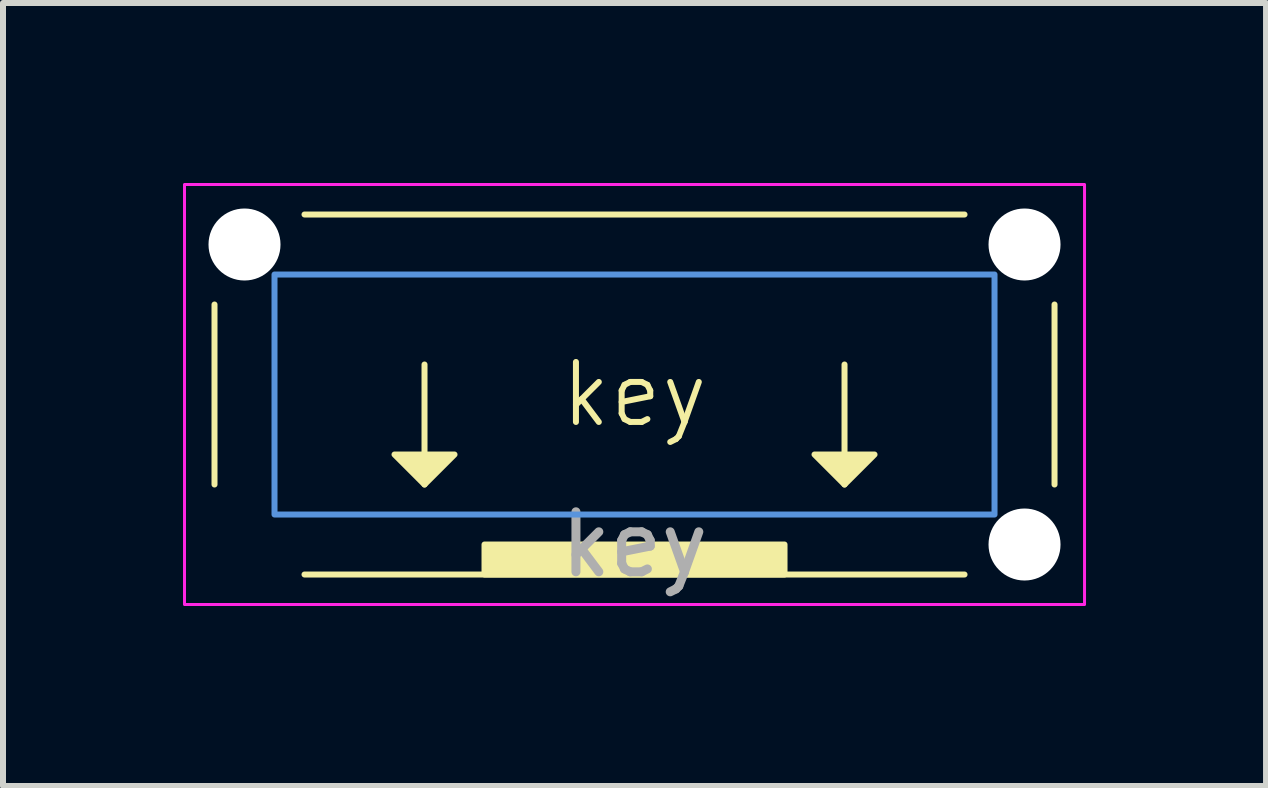
<source format=kicad_pcb>
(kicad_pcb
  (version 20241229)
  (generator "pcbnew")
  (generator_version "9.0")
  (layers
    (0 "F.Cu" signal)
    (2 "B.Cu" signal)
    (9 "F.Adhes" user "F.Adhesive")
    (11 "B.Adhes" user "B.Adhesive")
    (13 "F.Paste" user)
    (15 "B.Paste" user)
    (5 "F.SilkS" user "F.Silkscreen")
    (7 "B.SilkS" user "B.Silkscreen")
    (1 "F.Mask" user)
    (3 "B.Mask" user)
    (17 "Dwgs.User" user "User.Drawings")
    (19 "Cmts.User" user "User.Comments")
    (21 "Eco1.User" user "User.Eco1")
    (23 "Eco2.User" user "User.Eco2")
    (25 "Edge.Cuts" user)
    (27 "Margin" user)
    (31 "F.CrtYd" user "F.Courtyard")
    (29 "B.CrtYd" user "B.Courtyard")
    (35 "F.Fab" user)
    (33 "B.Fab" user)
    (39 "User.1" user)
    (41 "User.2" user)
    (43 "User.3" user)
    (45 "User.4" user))
  (footprint "key"
    (layer "F.Cu")
    (at 7.525 1.525)
    (property "Reference" "key" (at 0 2 0) (unlocked yes) (layer "F.SilkS") (effects (font (size 1 1) (thickness 0.1))))
    (attr smd)
    (fp_line (start -7 3.5) (end -7 0.5) (stroke (width 0.1) (type default)) (layer "F.SilkS"))
    (fp_line (start -5.5 -1) (end 5.5 -1) (stroke (width 0.1) (type default)) (layer "F.SilkS"))
    (fp_line (start -3.5 1.5) (end -3.5 3.5) (stroke (width 0.1) (type default)) (layer "F.SilkS"))
    (fp_line (start 3.5 1.5) (end 3.5 3.5) (stroke (width 0.1) (type default)) (layer "F.SilkS"))
    (fp_line (start 5.5 5) (end -5.5 5) (stroke (width 0.1) (type default)) (layer "F.SilkS"))
    (fp_line (start 7 0.5) (end 7 3.5) (stroke (width 0.1) (type default)) (layer "F.SilkS"))
    (fp_rect (start -2.5 4.5) (end 2.5 5) (stroke (width 0.1) (type solid)) (fill yes) (layer "F.SilkS"))
    (fp_poly (pts (xy -4 3) (xy -3 3) (xy -3.5 3.5)) (stroke (width 0.1) (type solid)) (fill yes) (layer "F.SilkS"))
    (fp_poly (pts (xy 3 3) (xy 4 3) (xy 3.5 3.5)) (stroke (width 0.1) (type solid)) (fill yes) (layer "F.SilkS"))
    (fp_rect (start -6 0) (end 6 4) (stroke (width 0.1) (type solid)) (fill no) (layer "Cmts.User"))
    (fp_rect (start -7.5 -1.5) (end 7.5 5.5) (stroke (width 0.05) (type default)) (fill no) (layer "F.CrtYd"))
    (fp_text user "${REFERENCE}" (at 0 4.5 0) (unlocked yes) (layer "F.Fab") (effects (font (size 1 1) (thickness 0.15))))
    (pad "" np_thru_hole circle (at -6.5 -0.5) (size 1.2 1.2) (drill 1.2) (layers "*.Cu" "*.Mask"))
    (pad "" np_thru_hole circle (at 6.5 -0.5) (size 1.2 1.2) (drill 1.2) (layers "*.Cu" "*.Mask"))
    (pad "" np_thru_hole circle (at 6.5 4.5) (size 1.2 1.2) (drill 1.2) (layers "*.Cu" "*.Mask")))
  (gr_rect
    (start -3 -3)
    (end 18.05 10.05)
    (stroke (width 0.1) (type default))
    (fill no)
    (layer "Edge.Cuts")))
</source>
